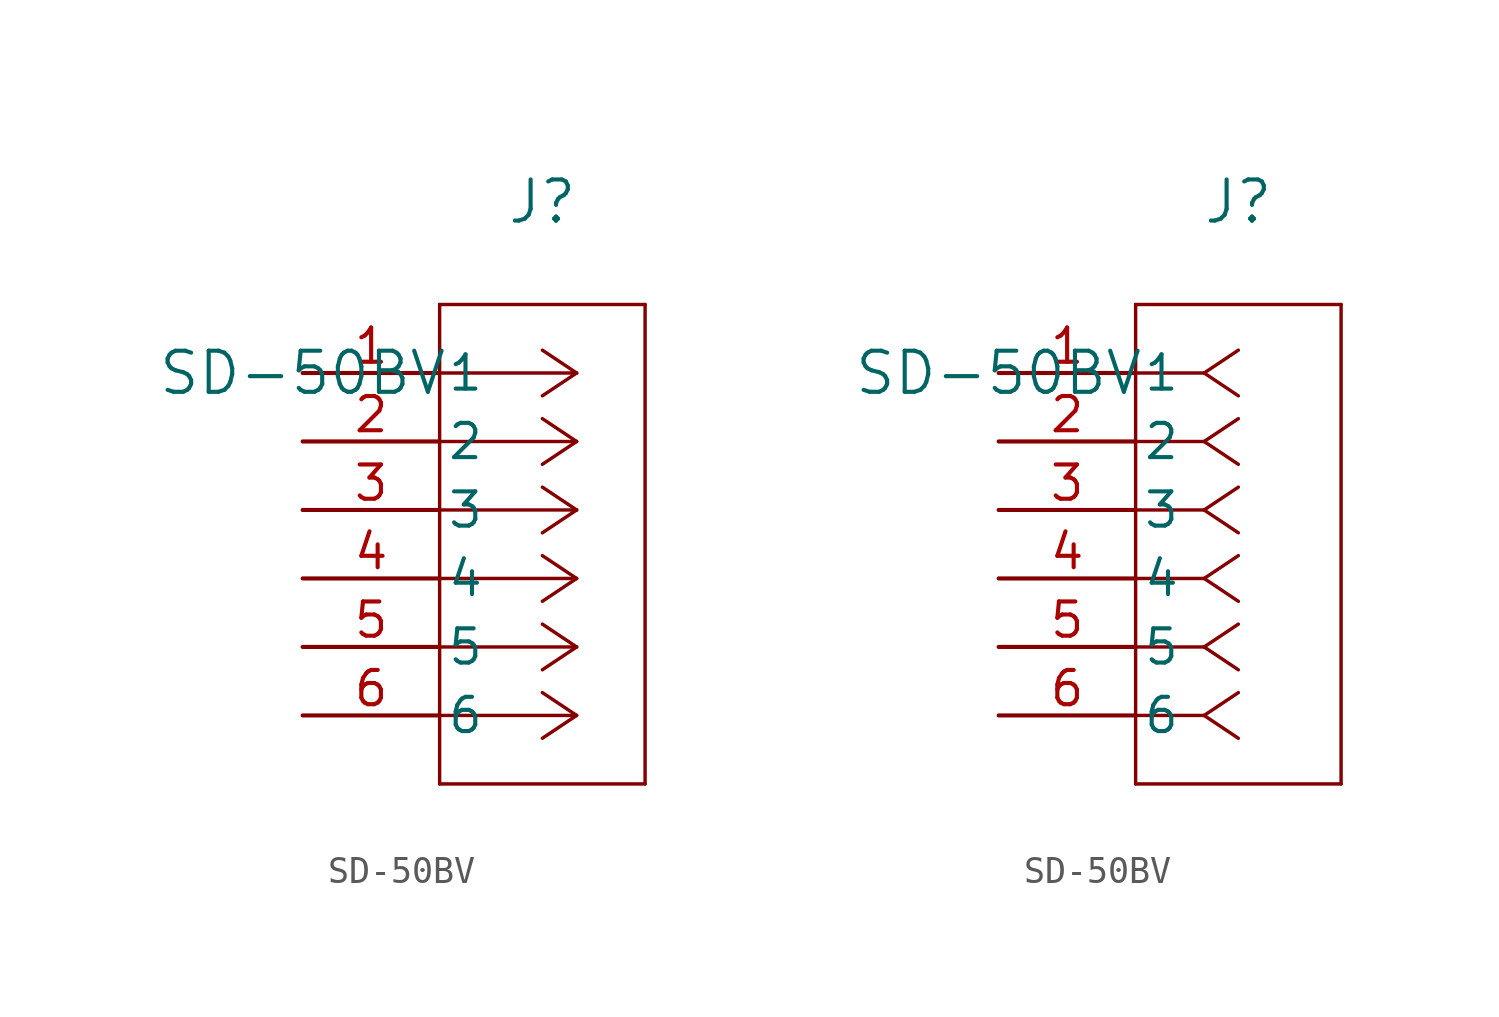
<source format=kicad_sym>
(kicad_symbol_lib
  (version 20211014)
  (generator kicad_symbol_editor)
  (symbol "SD-50BV"
    (pin_names
      (offset 0.254))
    (property "Reference" "J"
      (at 8.89 6.35 0)
      (effects (font (size 1.524 1.524))))
    (property "Value" "SD-50BV"
      (at 0 0 0)
      (effects (font (size 1.524 1.524))))
    (symbol "SD-50BV_1_1"
      (polyline (pts (xy 10.16 0) (xy 5.08 0)) (stroke (width 0.127) (type default) (color 0 0 0 0)) (fill (type none)))
      (polyline (pts (xy 10.16 -2.54) (xy 5.08 -2.54)) (stroke (width 0.127) (type default) (color 0 0 0 0)) (fill (type none)))
      (polyline (pts (xy 10.16 -5.08) (xy 5.08 -5.08)) (stroke (width 0.127) (type default) (color 0 0 0 0)) (fill (type none)))
      (polyline (pts (xy 10.16 -7.62) (xy 5.08 -7.62)) (stroke (width 0.127) (type default) (color 0 0 0 0)) (fill (type none)))
      (polyline (pts (xy 10.16 -10.16) (xy 5.08 -10.16)) (stroke (width 0.127) (type default) (color 0 0 0 0)) (fill (type none)))
      (polyline (pts (xy 10.16 -12.7) (xy 5.08 -12.7)) (stroke (width 0.127) (type default) (color 0 0 0 0)) (fill (type none)))
      (polyline (pts (xy 10.16 0) (xy 8.89 0.847)) (stroke (width 0.127) (type default) (color 0 0 0 0)) (fill (type none)))
      (polyline (pts (xy 10.16 -2.54) (xy 8.89 -1.693)) (stroke (width 0.127) (type default) (color 0 0 0 0)) (fill (type none)))
      (polyline (pts (xy 10.16 -5.08) (xy 8.89 -4.233)) (stroke (width 0.127) (type default) (color 0 0 0 0)) (fill (type none)))
      (polyline (pts (xy 10.16 -7.62) (xy 8.89 -6.773)) (stroke (width 0.127) (type default) (color 0 0 0 0)) (fill (type none)))
      (polyline (pts (xy 10.16 -10.16) (xy 8.89 -9.313)) (stroke (width 0.127) (type default) (color 0 0 0 0)) (fill (type none)))
      (polyline (pts (xy 10.16 -12.7) (xy 8.89 -11.853)) (stroke (width 0.127) (type default) (color 0 0 0 0)) (fill (type none)))
      (polyline (pts (xy 10.16 0) (xy 8.89 -0.847)) (stroke (width 0.127) (type default) (color 0 0 0 0)) (fill (type none)))
      (polyline (pts (xy 10.16 -2.54) (xy 8.89 -3.387)) (stroke (width 0.127) (type default) (color 0 0 0 0)) (fill (type none)))
      (polyline (pts (xy 10.16 -5.08) (xy 8.89 -5.927)) (stroke (width 0.127) (type default) (color 0 0 0 0)) (fill (type none)))
      (polyline (pts (xy 10.16 -7.62) (xy 8.89 -8.467)) (stroke (width 0.127) (type default) (color 0 0 0 0)) (fill (type none)))
      (polyline (pts (xy 10.16 -10.16) (xy 8.89 -11.007)) (stroke (width 0.127) (type default) (color 0 0 0 0)) (fill (type none)))
      (polyline (pts (xy 10.16 -12.7) (xy 8.89 -13.547)) (stroke (width 0.127) (type default) (color 0 0 0 0)) (fill (type none)))
      (polyline (pts (xy 5.08 2.54) (xy 5.08 -15.24)) (stroke (width 0.127) (type default) (color 0 0 0 0)) (fill (type none)))
      (polyline (pts (xy 5.08 -15.24) (xy 12.7 -15.24)) (stroke (width 0.127) (type default) (color 0 0 0 0)) (fill (type none)))
      (polyline (pts (xy 12.7 -15.24) (xy 12.7 2.54)) (stroke (width 0.127) (type default) (color 0 0 0 0)) (fill (type none)))
      (polyline (pts (xy 12.7 2.54) (xy 5.08 2.54)) (stroke (width 0.127) (type default) (color 0 0 0 0)) (fill (type none)))
      (pin unspecified line (at 0 0 0) (length 5.08) (name "1" (effects (font (size 1.27 1.27)))) (number "1" (effects (font (size 1.27 1.27)))))
      (pin unspecified line (at 0 -2.54 0) (length 5.08) (name "2" (effects (font (size 1.27 1.27)))) (number "2" (effects (font (size 1.27 1.27)))))
      (pin unspecified line (at 0 -5.08 0) (length 5.08) (name "3" (effects (font (size 1.27 1.27)))) (number "3" (effects (font (size 1.27 1.27)))))
      (pin unspecified line (at 0 -7.62 0) (length 5.08) (name "4" (effects (font (size 1.27 1.27)))) (number "4" (effects (font (size 1.27 1.27)))))
      (pin unspecified line (at 0 -10.16 0) (length 5.08) (name "5" (effects (font (size 1.27 1.27)))) (number "5" (effects (font (size 1.27 1.27)))))
      (pin unspecified line (at 0 -12.7 0) (length 5.08) (name "6" (effects (font (size 1.27 1.27)))) (number "6" (effects (font (size 1.27 1.27))))))
    (symbol "SD-50BV_1_2"
      (polyline (pts (xy 7.62 0) (xy 5.08 0)) (stroke (width 0.127) (type default) (color 0 0 0 0)) (fill (type none)))
      (polyline (pts (xy 7.62 -2.54) (xy 5.08 -2.54)) (stroke (width 0.127) (type default) (color 0 0 0 0)) (fill (type none)))
      (polyline (pts (xy 7.62 -5.08) (xy 5.08 -5.08)) (stroke (width 0.127) (type default) (color 0 0 0 0)) (fill (type none)))
      (polyline (pts (xy 7.62 -7.62) (xy 5.08 -7.62)) (stroke (width 0.127) (type default) (color 0 0 0 0)) (fill (type none)))
      (polyline (pts (xy 7.62 -10.16) (xy 5.08 -10.16)) (stroke (width 0.127) (type default) (color 0 0 0 0)) (fill (type none)))
      (polyline (pts (xy 7.62 -12.7) (xy 5.08 -12.7)) (stroke (width 0.127) (type default) (color 0 0 0 0)) (fill (type none)))
      (polyline (pts (xy 7.62 0) (xy 8.89 0.847)) (stroke (width 0.127) (type default) (color 0 0 0 0)) (fill (type none)))
      (polyline (pts (xy 7.62 -2.54) (xy 8.89 -1.693)) (stroke (width 0.127) (type default) (color 0 0 0 0)) (fill (type none)))
      (polyline (pts (xy 7.62 -5.08) (xy 8.89 -4.233)) (stroke (width 0.127) (type default) (color 0 0 0 0)) (fill (type none)))
      (polyline (pts (xy 7.62 -7.62) (xy 8.89 -6.773)) (stroke (width 0.127) (type default) (color 0 0 0 0)) (fill (type none)))
      (polyline (pts (xy 7.62 -10.16) (xy 8.89 -9.313)) (stroke (width 0.127) (type default) (color 0 0 0 0)) (fill (type none)))
      (polyline (pts (xy 7.62 -12.7) (xy 8.89 -11.853)) (stroke (width 0.127) (type default) (color 0 0 0 0)) (fill (type none)))
      (polyline (pts (xy 7.62 0) (xy 8.89 -0.847)) (stroke (width 0.127) (type default) (color 0 0 0 0)) (fill (type none)))
      (polyline (pts (xy 7.62 -2.54) (xy 8.89 -3.387)) (stroke (width 0.127) (type default) (color 0 0 0 0)) (fill (type none)))
      (polyline (pts (xy 7.62 -5.08) (xy 8.89 -5.927)) (stroke (width 0.127) (type default) (color 0 0 0 0)) (fill (type none)))
      (polyline (pts (xy 7.62 -7.62) (xy 8.89 -8.467)) (stroke (width 0.127) (type default) (color 0 0 0 0)) (fill (type none)))
      (polyline (pts (xy 7.62 -10.16) (xy 8.89 -11.007)) (stroke (width 0.127) (type default) (color 0 0 0 0)) (fill (type none)))
      (polyline (pts (xy 7.62 -12.7) (xy 8.89 -13.547)) (stroke (width 0.127) (type default) (color 0 0 0 0)) (fill (type none)))
      (polyline (pts (xy 5.08 2.54) (xy 5.08 -15.24)) (stroke (width 0.127) (type default) (color 0 0 0 0)) (fill (type none)))
      (polyline (pts (xy 5.08 -15.24) (xy 12.7 -15.24)) (stroke (width 0.127) (type default) (color 0 0 0 0)) (fill (type none)))
      (polyline (pts (xy 12.7 -15.24) (xy 12.7 2.54)) (stroke (width 0.127) (type default) (color 0 0 0 0)) (fill (type none)))
      (polyline (pts (xy 12.7 2.54) (xy 5.08 2.54)) (stroke (width 0.127) (type default) (color 0 0 0 0)) (fill (type none)))
      (pin unspecified line (at 0 0 0) (length 5.08) (name "1" (effects (font (size 1.27 1.27)))) (number "1" (effects (font (size 1.27 1.27)))))
      (pin unspecified line (at 0 -2.54 0) (length 5.08) (name "2" (effects (font (size 1.27 1.27)))) (number "2" (effects (font (size 1.27 1.27)))))
      (pin unspecified line (at 0 -5.08 0) (length 5.08) (name "3" (effects (font (size 1.27 1.27)))) (number "3" (effects (font (size 1.27 1.27)))))
      (pin unspecified line (at 0 -7.62 0) (length 5.08) (name "4" (effects (font (size 1.27 1.27)))) (number "4" (effects (font (size 1.27 1.27)))))
      (pin unspecified line (at 0 -10.16 0) (length 5.08) (name "5" (effects (font (size 1.27 1.27)))) (number "5" (effects (font (size 1.27 1.27)))))
      (pin unspecified line (at 0 -12.7 0) (length 5.08) (name "6" (effects (font (size 1.27 1.27)))) (number "6" (effects (font (size 1.27 1.27))))))))
</source>
